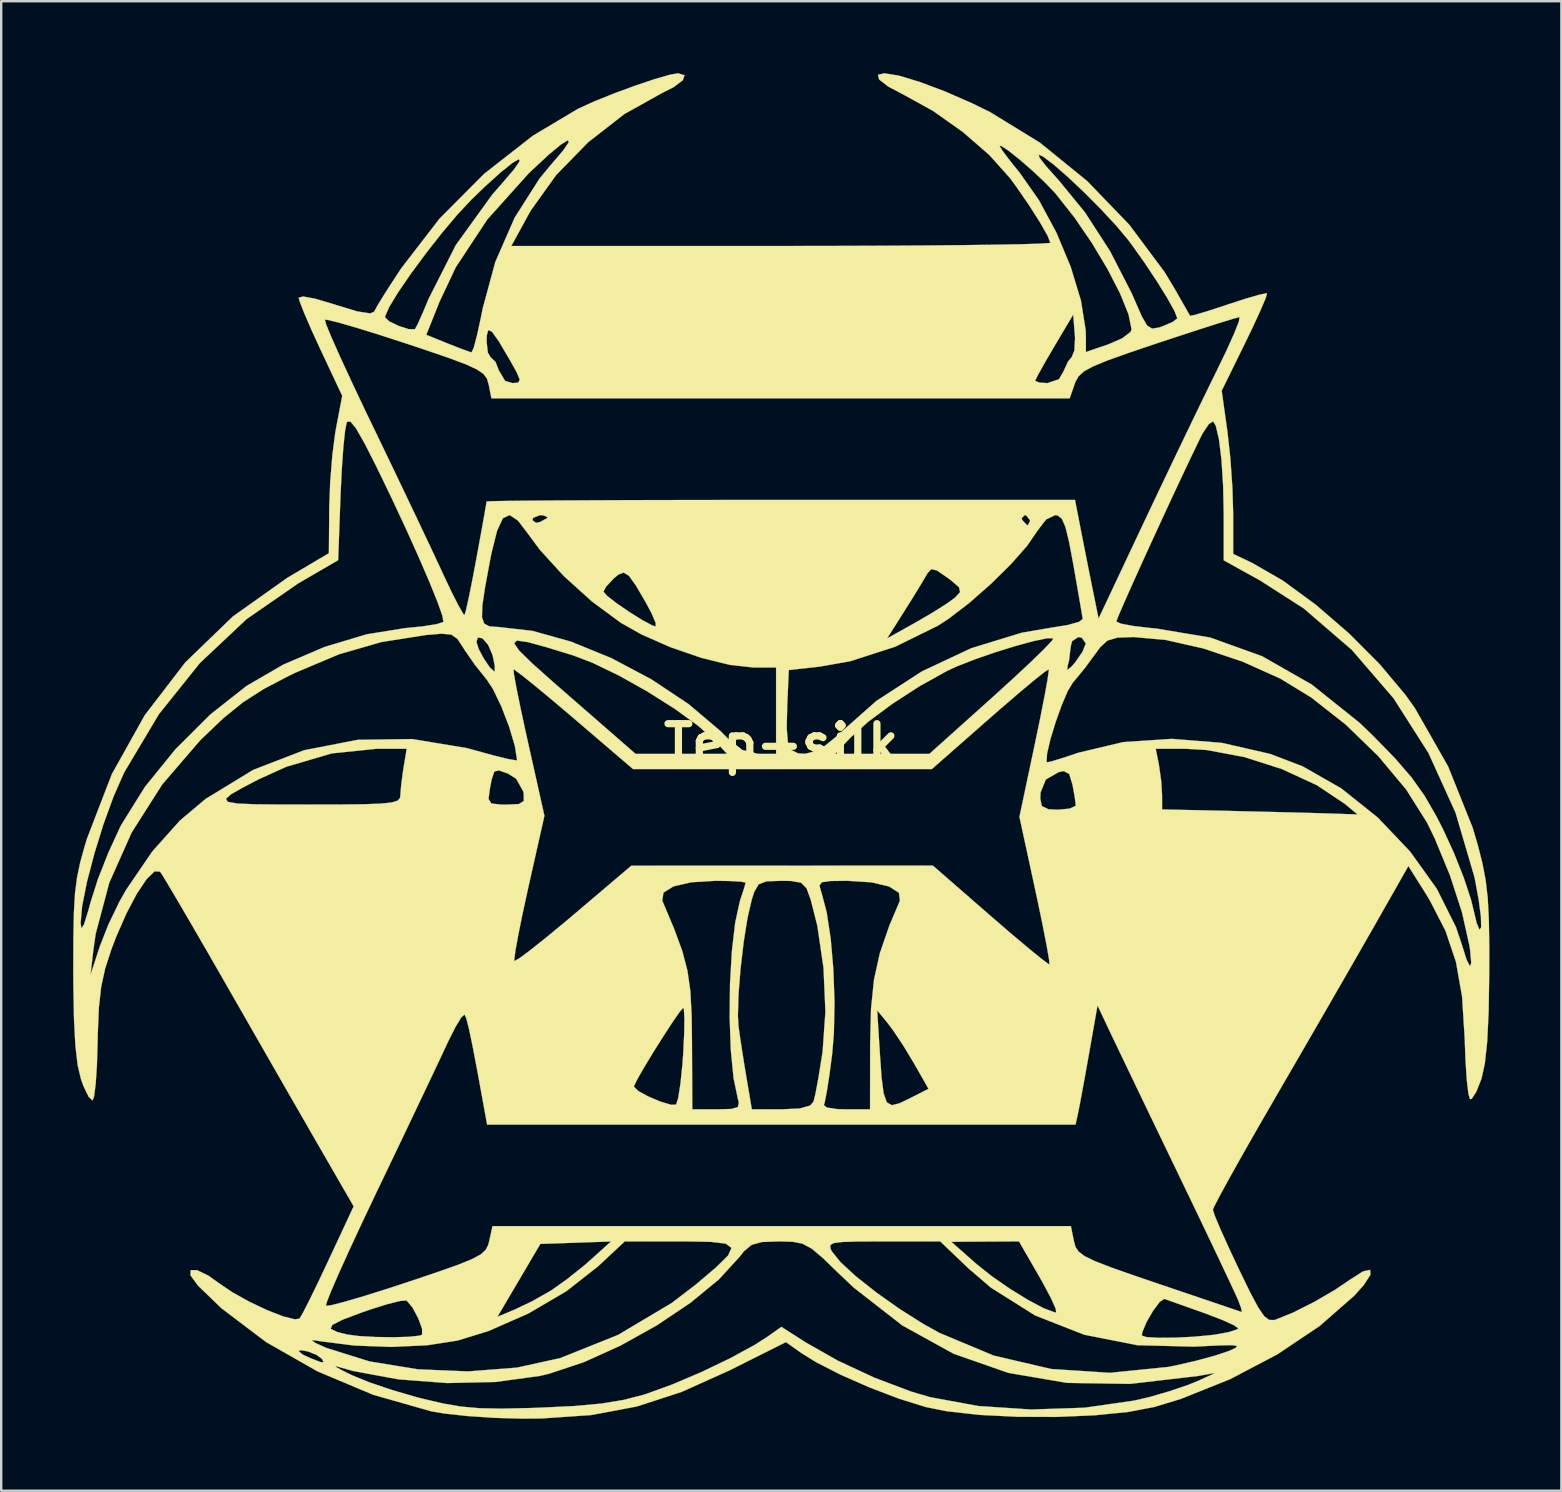
<source format=kicad_pcb>
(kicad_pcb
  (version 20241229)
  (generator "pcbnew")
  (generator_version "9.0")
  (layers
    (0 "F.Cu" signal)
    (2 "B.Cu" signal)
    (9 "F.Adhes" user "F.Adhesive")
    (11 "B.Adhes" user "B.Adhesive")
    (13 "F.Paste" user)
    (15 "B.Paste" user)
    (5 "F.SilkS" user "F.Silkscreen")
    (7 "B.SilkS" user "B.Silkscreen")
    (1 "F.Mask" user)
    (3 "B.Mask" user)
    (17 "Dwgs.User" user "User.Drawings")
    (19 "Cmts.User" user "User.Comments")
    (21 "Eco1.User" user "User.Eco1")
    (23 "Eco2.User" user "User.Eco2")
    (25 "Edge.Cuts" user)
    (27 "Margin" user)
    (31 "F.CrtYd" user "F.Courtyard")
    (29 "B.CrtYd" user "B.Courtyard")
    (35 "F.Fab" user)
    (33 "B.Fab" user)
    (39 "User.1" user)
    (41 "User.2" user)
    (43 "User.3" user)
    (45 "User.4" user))
  (footprint "Tep-silk"
    (layer "F.Cu")
    (at 29.507 27.945)
    (property "Reference" "Tep-silk" (at 0 0 0) (layer "F.SilkS") (effects (font (size 1.524 1.524) (thickness 0.3))))
    (attr through_hole)
    (fp_poly (pts (xy 4.901 -27.844) (xy 5.773 -27.581) (xy 6.818 -27.188) (xy 7.935 -26.701) (xy 8.713 -26.32) (xy 10.78 -25.052) (xy 12.744 -23.458) (xy 14.508 -21.63) (xy 15.978 -19.658) (xy 16.409 -18.944) (xy 16.738 -18.364) (xy 16.969 -17.958) (xy 17.041 -17.833) (xy 17.241 -17.871) (xy 17.742 -18.019) (xy 18.445 -18.248) (xy 18.627 -18.309) (xy 19.369 -18.55) (xy 19.937 -18.714) (xy 20.231 -18.773) (xy 20.249 -18.768) (xy 20.191 -18.562) (xy 19.978 -18.06) (xy 19.647 -17.342) (xy 19.339 -16.705) (xy 18.36 -14.711) (xy 18.599 -13.007) (xy 18.722 -11.888) (xy 18.808 -10.639) (xy 18.838 -9.606) (xy 18.838 -7.91) (xy 19.632 -7.533) (xy 20.9 -6.803) (xy 22.276 -5.796) (xy 23.656 -4.605) (xy 24.939 -3.319) (xy 26.021 -2.031) (xy 26.41 -1.485) (xy 27.797 0.948) (xy 28.821 3.507) (xy 29.038 4.242) (xy 29.229 4.993) (xy 29.362 5.692) (xy 29.448 6.438) (xy 29.495 7.332) (xy 29.512 8.475) (xy 29.511 9.525) (xy 29.486 11.153) (xy 29.427 12.404) (xy 29.328 13.324) (xy 29.189 13.957) (xy 29.184 13.97) (xy 28.973 14.504) (xy 28.783 14.797) (xy 28.71 14.817) (xy 28.64 14.575) (xy 28.574 13.999) (xy 28.52 13.176) (xy 28.487 12.277) (xy 28.379 10.546) (xy 28.124 9.095) (xy 27.686 7.796) (xy 27.03 6.521) (xy 26.818 6.175) (xy 26.14 5.1) (xy 24.671 7.683) (xy 24.122 8.643) (xy 23.415 9.874) (xy 22.605 11.278) (xy 21.748 12.761) (xy 20.898 14.227) (xy 20.597 14.745) (xy 19.875 15.995) (xy 19.23 17.126) (xy 18.691 18.088) (xy 18.287 18.827) (xy 18.047 19.292) (xy 17.992 19.428) (xy 18.078 19.689) (xy 18.314 20.247) (xy 18.662 21.02) (xy 19.07 21.888) (xy 19.538 22.852) (xy 19.877 23.488) (xy 20.127 23.856) (xy 20.333 24.014) (xy 20.537 24.023) (xy 20.605 24.005) (xy 21.321 23.717) (xy 22.205 23.272) (xy 23.083 22.762) (xy 23.685 22.355) (xy 24.252 21.992) (xy 24.548 21.929) (xy 24.561 22.13) (xy 24.282 22.563) (xy 23.885 23.007) (xy 22.44 24.271) (xy 20.681 25.45) (xy 18.718 26.482) (xy 16.661 27.307) (xy 15.557 27.643) (xy 14.447 27.854) (xy 13.042 27.993) (xy 11.464 28.059) (xy 9.836 28.053) (xy 8.278 27.975) (xy 6.914 27.824) (xy 6.032 27.648) (xy 4.913 27.299) (xy 3.687 26.831) (xy 2.489 26.305) (xy 1.457 25.778) (xy 0.838 25.394) (xy 0.2 24.94) (xy -2.175 26.129) (xy -4.152 27.018) (xy -6.016 27.624) (xy -7.917 27.981) (xy -10.006 28.124) (xy -10.795 28.13) (xy -11.938 28.098) (xy -13.083 28.021) (xy -14.072 27.912) (xy -14.581 27.825) (xy -17.003 27.136) (xy -19.326 26.159) (xy -19.68 25.957) (xy -18.584 25.957) (xy -18.32 26.107) (xy -17.884 26.323) (xy -17.175 26.612) (xy -16.226 26.934) (xy -15.212 27.23) (xy -14.927 27.304) (xy -14.082 27.501) (xy -13.337 27.628) (xy -12.572 27.696) (xy -11.666 27.713) (xy -10.496 27.689) (xy -10.061 27.674) (xy -8.625 27.605) (xy -7.503 27.503) (xy -6.586 27.354) (xy -5.765 27.144) (xy -5.609 27.095) (xy -4.512 26.696) (xy -3.301 26.179) (xy -2.116 25.609) (xy -1.1 25.055) (xy -0.576 24.72) (xy 0.011 24.305) (xy 1.017 24.95) (xy 2.362 25.714) (xy 3.897 26.428) (xy 5.421 27.003) (xy 6.203 27.234) (xy 8.216 27.604) (xy 10.417 27.75) (xy 12.641 27.675) (xy 14.723 27.377) (xy 15.371 27.225) (xy 16.198 26.984) (xy 16.971 26.721) (xy 17.382 26.554) (xy 18.098 26.224) (xy 17.357 26.354) (xy 14.537 26.682) (xy 11.915 26.64) (xy 9.47 26.224) (xy 7.187 25.426) (xy 5.045 24.243) (xy 3.027 22.67) (xy 2.395 22.073) (xy 1.742 21.44) (xy 1.278 21.048) (xy 1.005 20.9) (xy 2.044 20.9) (xy 2.055 21.042) (xy 2.113 21.16) (xy 2.478 21.614) (xy 3.126 22.208) (xy 3.973 22.877) (xy 4.933 23.556) (xy 5.918 24.179) (xy 6.594 24.556) (xy 8.863 25.504) (xy 11.254 26.061) (xy 13.703 26.221) (xy 16.148 25.973) (xy 16.405 25.922) (xy 17.283 25.721) (xy 18.092 25.501) (xy 18.66 25.31) (xy 18.672 25.305) (xy 18.949 25.176) (xy 19.003 25.099) (xy 18.785 25.068) (xy 18.248 25.078) (xy 17.343 25.123) (xy 17.205 25.13) (xy 14.847 25.07) (xy 12.8 24.666) (xy 15.028 24.666) (xy 15.22 24.731) (xy 15.721 24.76) (xy 16.416 24.755) (xy 17.193 24.717) (xy 17.937 24.647) (xy 18.068 24.63) (xy 18.645 24.526) (xy 18.998 24.413) (xy 19.05 24.364) (xy 18.866 24.234) (xy 18.381 24.015) (xy 17.697 23.752) (xy 17.621 23.725) (xy 16.884 23.463) (xy 16.295 23.254) (xy 15.977 23.141) (xy 15.97 23.139) (xy 15.778 23.264) (xy 15.502 23.633) (xy 15.231 24.099) (xy 15.054 24.52) (xy 15.028 24.666) (xy 12.8 24.666) (xy 12.628 24.632) (xy 10.581 23.828) (xy 8.739 22.668) (xy 7.826 21.885) (xy 6.646 20.76) (xy 7.091 20.76) (xy 8.149 21.693) (xy 8.782 22.197) (xy 9.529 22.714) (xy 10.285 23.18) (xy 10.943 23.53) (xy 11.398 23.7) (xy 11.462 23.707) (xy 11.438 23.539) (xy 11.237 23.094) (xy 10.897 22.456) (xy 10.766 22.225) (xy 9.912 20.743) (xy 8.501 20.751) (xy 7.091 20.76) (xy 6.646 20.76) (xy 6.629 20.743) (xy 4.26 20.743) (xy 3.235 20.747) (xy 2.568 20.766) (xy 2.193 20.812) (xy 2.044 20.9) (xy 1.005 20.9) (xy 0.894 20.84) (xy 0.482 20.758) (xy -0.068 20.743) (xy -0.106 20.743) (xy -0.803 20.769) (xy -1.234 20.887) (xy -1.555 21.159) (xy -1.73 21.382) (xy -2.597 22.329) (xy -3.779 23.301) (xy -5.178 24.24) (xy -6.694 25.085) (xy -8.229 25.779) (xy -9.682 26.262) (xy -10.054 26.349) (xy -11.899 26.602) (xy -13.922 26.647) (xy -15.959 26.492) (xy -17.844 26.144) (xy -18.521 25.952) (xy -18.584 25.957) (xy -19.68 25.957) (xy -20.797 25.321) (xy -20.108 25.321) (xy -19.938 25.46) (xy -19.632 25.605) (xy -19.204 25.771) (xy -19.07 25.784) (xy -19.131 25.651) (xy -19.14 25.637) (xy -19.369 25.469) (xy -19.73 25.327) (xy -20.033 25.275) (xy -20.108 25.321) (xy -20.797 25.321) (xy -21.463 24.941) (xy -21.565 24.864) (xy -19.575 24.864) (xy -19.402 24.982) (xy -18.944 25.186) (xy -17.153 25.746) (xy -15.142 26.074) (xy -13.05 26.162) (xy -11.014 26.004) (xy -9.207 25.607) (xy -6.798 24.641) (xy -4.559 23.309) (xy -3.556 22.541) (xy -2.711 21.824) (xy -2.211 21.329) (xy -2.071 21.014) (xy -2.307 20.838) (xy -2.933 20.762) (xy -3.964 20.744) (xy -4.218 20.743) (xy -6.517 20.743) (xy -7.651 21.8) (xy -8.958 22.823) (xy -10.529 23.745) (xy -12.204 24.482) (xy -13.484 24.875) (xy -14.746 25.072) (xy -16.24 25.142) (xy -17.796 25.084) (xy -19.244 24.899) (xy -19.367 24.875) (xy -19.575 24.864) (xy -21.565 24.864) (xy -22.197 24.386) (xy -18.775 24.386) (xy -18.499 24.521) (xy -18.098 24.622) (xy -17.596 24.689) (xy -16.909 24.727) (xy -16.17 24.738) (xy -15.512 24.719) (xy -15.069 24.671) (xy -14.966 24.632) (xy -14.967 24.381) (xy -15.125 23.947) (xy -15.159 23.885) (xy -11.825 23.885) (xy -11.072 23.57) (xy -10.378 23.237) (xy -9.652 22.827) (xy -9.552 22.764) (xy -8.921 22.316) (xy -8.216 21.753) (xy -7.938 21.51) (xy -7.091 20.747) (xy -8.564 20.798) (xy -10.037 20.849) (xy -10.931 22.367) (xy -11.825 23.885) (xy -15.159 23.885) (xy -15.363 23.502) (xy -15.604 23.215) (xy -15.617 23.206) (xy -15.881 23.225) (xy -16.437 23.366) (xy -17.183 23.602) (xy -17.471 23.702) (xy -18.283 24.008) (xy -18.71 24.225) (xy -18.775 24.386) (xy -22.197 24.386) (xy -23.332 23.526) (xy -24.305 22.586) (xy -24.617 22.16) (xy -24.613 21.942) (xy -24.349 21.94) (xy -23.883 22.164) (xy -23.476 22.452) (xy -22.885 22.856) (xy -22.165 23.258) (xy -21.419 23.611) (xy -20.751 23.871) (xy -20.262 23.992) (xy -20.072 23.96) (xy -19.932 23.72) (xy -19.783 23.429) (xy -18.975 23.429) (xy -18.747 23.402) (xy -18.189 23.258) (xy -17.368 23.017) (xy -16.355 22.698) (xy -15.585 22.446) (xy -14.365 22.036) (xy -13.488 21.726) (xy -12.894 21.486) (xy -12.522 21.286) (xy -12.314 21.096) (xy -12.208 20.886) (xy -12.168 20.73) (xy -12.031 20.108) (xy 12.076 20.108) (xy 12.201 20.734) (xy 12.265 20.969) (xy 12.393 21.165) (xy 12.642 21.354) (xy 13.07 21.563) (xy 13.736 21.822) (xy 14.699 22.161) (xy 15.741 22.516) (xy 16.865 22.897) (xy 17.839 23.227) (xy 18.596 23.484) (xy 19.071 23.645) (xy 19.204 23.69) (xy 19.174 23.536) (xy 19.063 23.23) (xy 18.922 22.914) (xy 18.623 22.274) (xy 18.195 21.368) (xy 17.663 20.252) (xy 17.056 18.984) (xy 16.527 17.886) (xy 15.857 16.496) (xy 15.221 15.174) (xy 14.651 13.987) (xy 14.178 13.001) (xy 13.834 12.282) (xy 13.682 11.963) (xy 13.185 10.909) (xy 12.831 12.916) (xy 12.666 13.843) (xy 12.517 14.656) (xy 12.407 15.234) (xy 12.373 15.399) (xy 12.269 15.875) (xy -12.257 15.875) (xy -12.4 15.081) (xy -12.544 14.29) (xy -6.138 14.29) (xy -5.962 14.471) (xy -5.538 14.704) (xy -5.026 14.919) (xy -4.584 15.05) (xy -4.38 15.042) (xy -4.292 14.77) (xy -4.199 14.18) (xy -4.116 13.376) (xy -4.084 12.942) (xy -4.042 12.097) (xy -4.032 11.439) (xy -4.055 11.061) (xy -4.08 11.007) (xy -4.227 11.173) (xy -4.526 11.604) (xy -4.916 12.202) (xy -5.334 12.867) (xy -5.718 13.501) (xy -6.006 14.004) (xy -6.136 14.276) (xy -6.138 14.29) (xy -12.544 14.29) (xy -12.662 13.646) (xy -12.864 12.588) (xy -13.015 11.869) (xy -13.124 11.448) (xy -13.195 11.288) (xy -13.332 11.406) (xy -13.584 11.825) (xy -13.9 12.456) (xy -13.929 12.518) (xy -14.197 13.094) (xy -14.615 13.978) (xy -15.147 15.098) (xy -15.758 16.381) (xy -16.415 17.756) (xy -16.816 18.592) (xy -17.435 19.895) (xy -17.981 21.07) (xy -18.431 22.063) (xy -18.76 22.822) (xy -18.945 23.294) (xy -18.975 23.429) (xy -19.783 23.429) (xy -19.655 23.177) (xy -19.282 22.412) (xy -18.874 21.547) (xy -17.817 19.282) (xy -19.198 16.89) (xy -19.718 15.986) (xy -20.396 14.808) (xy -21.177 13.448) (xy -22.007 12) (xy -22.834 10.557) (xy -23.122 10.054) (xy -23.842 8.8) (xy -24.502 7.66) (xy -25.069 6.688) (xy -25.511 5.939) (xy -25.797 5.467) (xy -25.886 5.333) (xy -26.114 5.319) (xy -26.448 5.644) (xy -26.853 6.25) (xy -27.29 7.078) (xy -27.724 8.069) (xy -27.915 8.572) (xy -28.174 9.369) (xy -28.34 10.129) (xy -28.436 10.996) (xy -28.482 12.11) (xy -28.488 12.436) (xy -28.517 13.389) (xy -28.568 14.171) (xy -28.634 14.693) (xy -28.699 14.87) (xy -28.86 14.72) (xy -29.074 14.28) (xy -29.186 13.97) (xy -29.321 13.393) (xy -29.416 12.575) (xy -29.474 11.462) (xy -29.5 9.999) (xy -29.501 9.631) (xy -28.785 9.631) (xy -28.39 8.429) (xy -28.039 7.536) (xy -27.577 6.579) (xy -27.308 6.101) (xy -26.211 4.493) (xy -25.065 3.209) (xy -23.987 2.301) (xy -23.143 2.301) (xy -23.063 2.424) (xy -22.664 2.494) (xy -21.917 2.526) (xy -20.796 2.536) (xy -19.738 2.537) (xy -18.367 2.535) (xy -17.364 2.523) (xy -16.67 2.497) (xy -16.231 2.449) (xy -15.99 2.376) (xy -15.915 2.298) (xy -12.197 2.298) (xy -12.08 2.492) (xy -11.682 2.539) (xy -11.454 2.54) (xy -10.932 2.516) (xy -10.726 2.388) (xy -10.731 2.076) (xy -10.746 1.995) (xy -11.043 1.463) (xy -11.381 1.248) (xy -11.766 1.113) (xy -11.957 1.162) (xy -12.064 1.481) (xy -12.135 1.852) (xy -12.197 2.298) (xy -15.915 2.298) (xy -15.889 2.271) (xy -15.873 2.17) (xy -15.837 1.718) (xy -15.754 1.097) (xy -15.739 1.005) (xy -15.608 0.212) (xy -16.861 0.212) (xy -18.729 0.405) (xy -20.627 0.963) (xy -21.75 1.471) (xy -22.459 1.84) (xy -22.933 2.111) (xy -23.143 2.301) (xy -23.987 2.301) (xy -23.984 2.299) (xy -22.006 1.093) (xy -19.879 0.271) (xy -17.651 -0.161) (xy -15.373 -0.193) (xy -13.093 0.185) (xy -12.724 0.286) (xy -11.947 0.5) (xy -11.353 0.644) (xy -11.035 0.696) (xy -11.007 0.687) (xy -11.1 0.09) (xy -11.34 -0.713) (xy -11.665 -1.558) (xy -12.014 -2.284) (xy -12.271 -2.671) (xy -12.762 -3.285) (xy -13.197 -3.912) (xy -13.25 -3.999) (xy -13.411 -4.244) (xy -12.7 -4.244) (xy -12.607 -3.948) (xy -12.391 -3.544) (xy -12.145 -3.183) (xy -11.963 -3.014) (xy -11.937 -3.02) (xy -11.937 -3.096) (xy -11.157 -3.096) (xy -11.135 -2.879) (xy -11.033 -2.324) (xy -10.866 -1.504) (xy -10.649 -0.495) (xy -10.542 -0.015) (xy -9.867 3.005) (xy -10.538 5.987) (xy -10.77 7.052) (xy -10.955 7.962) (xy -11.078 8.64) (xy -11.125 9.013) (xy -11.12 9.059) (xy -10.936 8.961) (xy -10.491 8.632) (xy -9.842 8.117) (xy -9.047 7.462) (xy -8.637 7.117) (xy -7.96 6.541) (xy -4.955 6.541) (xy -4.953 6.546) (xy -4.459 7.72) (xy -4.119 8.648) (xy -3.904 9.468) (xy -3.784 10.317) (xy -3.731 11.332) (xy -3.717 12.435) (xy -3.704 15.24) (xy -2.684 15.24) (xy -2.078 15.223) (xy -1.802 15.143) (xy -1.764 14.952) (xy -1.805 14.8) (xy -1.985 13.934) (xy -2.099 12.769) (xy -2.147 11.421) (xy -2.146 11.347) (xy -1.803 11.347) (xy -1.777 11.787) (xy -1.682 12.448) (xy -1.548 13.304) (xy -1.446 13.917) (xy -1.222 15.24) (xy 0.001 15.24) (xy 0.774 15.204) (xy 1.203 15.083) (xy 1.347 14.92) (xy 1.433 14.571) (xy 1.553 13.924) (xy 1.686 13.099) (xy 1.728 12.819) (xy 1.844 11.163) (xy 1.765 9.352) (xy 1.508 7.591) (xy 1.234 6.509) (xy 1.058 6.026) (xy 0.943 5.909) (xy 1.596 5.909) (xy 1.664 6.166) (xy 1.683 6.218) (xy 1.898 7.03) (xy 2.066 8.142) (xy 2.177 9.433) (xy 2.224 10.782) (xy 2.198 12.067) (xy 2.127 12.917) (xy 2.012 13.795) (xy 1.901 14.512) (xy 1.811 14.965) (xy 1.778 15.062) (xy 1.901 15.164) (xy 2.336 15.229) (xy 2.686 15.24) (xy 3.704 15.24) (xy 3.708 12.541) (xy 3.743 11.113) (xy 4.002 11.113) (xy 4.108 12.815) (xy 4.181 13.875) (xy 4.268 14.567) (xy 4.401 14.946) (xy 4.614 15.067) (xy 4.939 14.985) (xy 5.313 14.806) (xy 6.141 14.383) (xy 5.518 13.293) (xy 5.092 12.587) (xy 4.667 11.949) (xy 4.449 11.658) (xy 4.002 11.113) (xy 3.743 11.113) (xy 3.744 11.058) (xy 3.868 9.839) (xy 4.112 8.733) (xy 4.508 7.583) (xy 4.948 6.546) (xy 4.908 6.213) (xy 4.498 5.951) (xy 3.769 5.779) (xy 2.771 5.715) (xy 2.747 5.715) (xy 2.053 5.723) (xy 1.698 5.774) (xy 1.596 5.909) (xy 0.943 5.909) (xy 0.831 5.794) (xy 0.41 5.721) (xy -0.002 5.715) (xy -0.61 5.736) (xy -0.936 5.859) (xy -1.122 6.176) (xy -1.229 6.509) (xy -1.405 7.276) (xy -1.565 8.283) (xy -1.694 9.39) (xy -1.778 10.458) (xy -1.803 11.347) (xy -2.146 11.347) (xy -2.132 10.007) (xy -2.054 8.647) (xy -1.916 7.456) (xy -1.718 6.553) (xy -1.693 6.477) (xy -1.544 6.024) (xy -1.482 5.79) (xy -1.482 5.789) (xy -1.674 5.75) (xy -2.173 5.723) (xy -2.742 5.715) (xy -3.748 5.776) (xy -4.486 5.947) (xy -4.905 6.208) (xy -4.955 6.541) (xy -7.96 6.541) (xy -6.244 5.085) (xy 0.039 5.083) (xy 6.322 5.08) (xy 8.717 7.167) (xy 9.555 7.89) (xy 10.275 8.497) (xy 10.819 8.94) (xy 11.13 9.174) (xy 11.181 9.198) (xy 11.163 8.982) (xy 11.067 8.428) (xy 10.907 7.607) (xy 10.697 6.595) (xy 10.59 6.095) (xy 9.93 3.049) (xy 10.094 2.275) (xy 10.798 2.275) (xy 10.862 2.599) (xy 11.139 2.732) (xy 11.536 2.752) (xy 12.026 2.705) (xy 12.27 2.591) (xy 12.277 2.566) (xy 12.238 2.244) (xy 12.145 1.725) (xy 12.143 1.714) (xy 12.005 1.263) (xy 11.781 1.141) (xy 11.561 1.187) (xy 11.03 1.493) (xy 10.813 2.03) (xy 10.798 2.275) (xy 10.094 2.275) (xy 10.418 0.744) (xy 11.061 0.744) (xy 11.078 0.777) (xy 11.281 0.734) (xy 11.773 0.583) (xy 12.384 0.378) (xy 13.085 0.212) (xy 15.61 0.212) (xy 15.743 0.873) (xy 15.841 1.568) (xy 15.875 2.137) (xy 15.875 2.74) (xy 18.785 2.805) (xy 19.974 2.833) (xy 21.122 2.861) (xy 22.106 2.887) (xy 22.805 2.908) (xy 22.86 2.91) (xy 24.024 2.949) (xy 23.496 2.51) (xy 22.324 1.729) (xy 20.877 1.06) (xy 19.301 0.556) (xy 17.74 0.264) (xy 16.862 0.212) (xy 15.61 0.212) (xy 13.085 0.212) (xy 14.251 -0.066) (xy 16.283 -0.201) (xy 18.365 -0.035) (xy 20.378 0.426) (xy 21.731 0.942) (xy 23.344 1.863) (xy 24.863 3.076) (xy 26.215 4.498) (xy 27.326 6.049) (xy 28.125 7.647) (xy 28.361 8.351) (xy 28.57 9.012) (xy 28.708 9.274) (xy 28.76 9.137) (xy 28.712 8.595) (xy 28.685 8.414) (xy 28.377 7.034) (xy 27.874 5.486) (xy 27.234 3.938) (xy 26.914 3.281) (xy 26.054 1.917) (xy 24.893 0.526) (xy 23.538 -0.789) (xy 22.09 -1.928) (xy 20.804 -2.713) (xy 19.234 -3.419) (xy 17.6 -3.968) (xy 16.033 -4.322) (xy 14.691 -4.445) (xy 14.013 -4.42) (xy 13.597 -4.297) (xy 13.287 -4.01) (xy 13.104 -3.757) (xy 12.649 -3.141) (xy 12.182 -2.574) (xy 12.151 -2.54) (xy 11.938 -2.183) (xy 11.686 -1.591) (xy 11.434 -0.883) (xy 11.22 -0.178) (xy 11.083 0.404) (xy 11.061 0.744) (xy 10.418 0.744) (xy 10.574 0.008) (xy 10.797 -1.067) (xy 10.977 -1.984) (xy 11.101 -2.67) (xy 11.155 -3.049) (xy 11.154 -3.066) (xy 11.924 -3.066) (xy 12.115 -3.227) (xy 12.252 -3.387) (xy 12.56 -3.833) (xy 12.695 -4.175) (xy 12.695 -4.18) (xy 12.529 -4.415) (xy 12.383 -4.445) (xy 12.122 -4.27) (xy 12.065 -4.039) (xy 11.998 -3.471) (xy 11.939 -3.245) (xy 11.924 -3.066) (xy 11.154 -3.066) (xy 11.153 -3.099) (xy 10.98 -2.991) (xy 10.547 -2.647) (xy 9.911 -2.115) (xy 9.127 -1.441) (xy 8.684 -1.054) (xy 6.28 1.058) (xy -6.174 1.058) (xy -8.635 -1.049) (xy -9.487 -1.772) (xy -10.219 -2.38) (xy -10.775 -2.827) (xy -11.099 -3.068) (xy -11.157 -3.096) (xy -11.937 -3.096) (xy -11.936 -3.251) (xy -12.031 -3.701) (xy -12.214 -4.122) (xy -12.27 -4.186) (xy -11.131 -4.186) (xy -10.918 -3.878) (xy -10.379 -3.35) (xy -9.516 -2.581) (xy -8.857 -2.006) (xy -6.069 0.423) (xy -2.255 0.423) (xy -2.768 -0.128) (xy -3.463 -0.749) (xy -4.436 -1.454) (xy -5.572 -2.173) (xy -6.754 -2.836) (xy -7.866 -3.374) (xy -8.67 -3.68) (xy -9.787 -4.023) (xy -10.568 -4.236) (xy -11.015 -4.298) (xy -11.131 -4.186) (xy -12.27 -4.186) (xy -12.449 -4.39) (xy -12.64 -4.428) (xy -12.7 -4.244) (xy -13.411 -4.244) (xy -13.493 -4.368) (xy -13.75 -4.548) (xy -14.157 -4.584) (xy -14.807 -4.529) (xy -16.663 -4.236) (xy -18.424 -3.727) (xy -20.263 -2.952) (xy -20.516 -2.83) (xy -21.572 -2.276) (xy -22.431 -1.725) (xy -23.244 -1.067) (xy -24.16 -0.194) (xy -24.222 -0.131) (xy -25.793 1.695) (xy -27.066 3.694) (xy -28.003 5.795) (xy -28.57 7.927) (xy -28.663 8.572) (xy -28.785 9.631) (xy -29.501 9.631) (xy -29.502 9.419) (xy -29.498 8.06) (xy -29.487 7.488) (xy -29.198 7.488) (xy -29.159 7.701) (xy -29.052 7.523) (xy -28.873 6.942) (xy -28.783 6.61) (xy -28.481 5.661) (xy -28.049 4.561) (xy -27.574 3.524) (xy -27.497 3.374) (xy -26.517 1.801) (xy -25.243 0.229) (xy -23.79 -1.218) (xy -22.278 -2.409) (xy -20.746 -3.298) (xy -19.029 -4.032) (xy -17.284 -4.557) (xy -15.71 -4.812) (xy -14.947 -4.889) (xy -14.368 -4.98) (xy -14.085 -5.069) (xy -14.077 -5.078) (xy -14.11 -5.275) (xy -12.47 -5.275) (xy -12.377 -5.006) (xy -12.168 -4.892) (xy -11.835 -4.865) (xy -11.8 -4.865) (xy -10.362 -4.701) (xy -8.755 -4.252) (xy -7.073 -3.565) (xy -5.411 -2.683) (xy -3.865 -1.655) (xy -2.528 -0.525) (xy -2.236 -0.23) (xy -1.621 0.261) (xy -0.973 0.422) (xy -0.913 0.423) (xy -0.212 0.423) (xy -0.212 -0.665) (xy 0.231 -0.665) (xy 0.278 -0.066) (xy 0.425 0.264) (xy 0.7 0.401) (xy 1.01 0.423) (xy 2.249 0.423) (xy 6.18 0.423) (xy 8.809 -1.936) (xy 9.674 -2.722) (xy 10.408 -3.408) (xy 10.962 -3.947) (xy 11.285 -4.289) (xy 11.346 -4.388) (xy 11.088 -4.394) (xy 10.534 -4.28) (xy 9.783 -4.076) (xy 8.934 -3.813) (xy 8.086 -3.52) (xy 7.338 -3.228) (xy 6.92 -3.037) (xy 5.777 -2.401) (xy 4.639 -1.665) (xy 3.634 -0.92) (xy 2.887 -0.251) (xy 2.871 -0.234) (xy 2.249 0.423) (xy 1.01 0.423) (xy 1.619 0.251) (xy 2.288 -0.287) (xy 2.34 -0.341) (xy 3.967 -1.781) (xy 5.862 -3.011) (xy 7.917 -3.977) (xy 10.024 -4.624) (xy 11.252 -4.835) (xy 11.937 -4.944) (xy 12.411 -5.077) (xy 12.435 -5.094) (xy 13.97 -5.094) (xy 14.164 -5.002) (xy 14.68 -4.905) (xy 15.415 -4.819) (xy 15.61 -4.803) (xy 17.881 -4.424) (xy 20.045 -3.646) (xy 22.115 -2.464) (xy 24.104 -0.872) (xy 24.675 -0.324) (xy 25.589 0.615) (xy 26.271 1.405) (xy 26.815 2.17) (xy 27.313 3.034) (xy 27.579 3.554) (xy 28.039 4.553) (xy 28.449 5.585) (xy 28.747 6.488) (xy 28.833 6.835) (xy 28.986 7.472) (xy 29.105 7.755) (xy 29.174 7.654) (xy 29.164 7.214) (xy 29.071 6.503) (xy 28.917 5.666) (xy 28.889 5.538) (xy 28.105 2.872) (xy 26.974 0.382) (xy 25.523 -1.893) (xy 23.782 -3.912) (xy 21.781 -5.636) (xy 19.965 -6.801) (xy 18.445 -7.642) (xy 18.445 -9.521) (xy 18.42 -10.75) (xy 18.351 -11.83) (xy 18.246 -12.688) (xy 18.114 -13.251) (xy 18.002 -13.434) (xy 17.826 -13.324) (xy 17.566 -12.935) (xy 17.467 -12.744) (xy 17.074 -11.925) (xy 16.608 -10.939) (xy 16.102 -9.854) (xy 15.587 -8.738) (xy 15.094 -7.66) (xy 14.655 -6.688) (xy 14.3 -5.891) (xy 14.061 -5.338) (xy 13.97 -5.097) (xy 13.97 -5.094) (xy 12.435 -5.094) (xy 12.568 -5.195) (xy 12.522 -5.479) (xy 12.419 -6.079) (xy 12.277 -6.895) (xy 12.178 -7.461) (xy 11.997 -8.422) (xy 11.847 -9.035) (xy 11.699 -9.374) (xy 11.527 -9.51) (xy 11.416 -9.525) (xy 11.037 -9.342) (xy 10.683 -8.877) (xy 10.679 -8.871) (xy 10.253 -8.249) (xy 9.573 -7.48) (xy 8.737 -6.655) (xy 7.839 -5.866) (xy 6.976 -5.204) (xy 6.536 -4.919) (xy 4.748 -4.039) (xy 2.874 -3.436) (xy 1.595 -3.21) (xy 0.318 -3.069) (xy 0.254 -1.609) (xy 0.231 -0.665) (xy -0.212 -0.665) (xy -0.212 -3.175) (xy -1.153 -3.175) (xy -2.14 -3.285) (xy -3.34 -3.582) (xy -4.613 -4.021) (xy -5.442 -4.386) (xy 4.413 -4.386) (xy 5.646 -5.075) (xy 6.343 -5.482) (xy 6.931 -5.856) (xy 7.248 -6.089) (xy 7.457 -6.317) (xy 7.413 -6.519) (xy 7.074 -6.813) (xy 6.94 -6.912) (xy 6.496 -7.217) (xy 6.257 -7.275) (xy 6.097 -7.105) (xy 6.061 -7.04) (xy 5.843 -6.668) (xy 5.483 -6.08) (xy 5.136 -5.527) (xy 4.413 -4.386) (xy -5.442 -4.386) (xy -5.821 -4.553) (xy -6.684 -5.04) (xy -7.888 -5.929) (xy -8.338 -6.335) (xy -7.408 -6.335) (xy -7.245 -6.152) (xy -6.837 -5.838) (xy -6.306 -5.475) (xy -5.774 -5.144) (xy -5.362 -4.926) (xy -5.23 -4.883) (xy -5.232 -5.038) (xy -5.411 -5.455) (xy -5.635 -5.874) (xy -6.057 -6.596) (xy -6.345 -6.998) (xy -6.565 -7.131) (xy -6.787 -7.046) (xy -6.98 -6.884) (xy -7.297 -6.544) (xy -7.408 -6.335) (xy -8.338 -6.335) (xy -9.058 -6.986) (xy -10.058 -8.082) (xy -10.529 -8.719) (xy -10.969 -9.298) (xy -11.002 -9.32) (xy -10.372 -9.32) (xy -10.217 -9.204) (xy -10.054 -9.237) (xy -9.776 -9.387) (xy -9.77 -9.395) (xy 10.021 -9.395) (xy 10.054 -9.313) (xy 10.244 -9.111) (xy 10.278 -9.102) (xy 10.369 -9.265) (xy 10.372 -9.313) (xy 10.209 -9.517) (xy 10.148 -9.525) (xy 10.021 -9.395) (xy -9.77 -9.395) (xy -9.737 -9.442) (xy -9.91 -9.516) (xy -10.054 -9.525) (xy -10.336 -9.414) (xy -10.372 -9.32) (xy -11.002 -9.32) (xy -11.316 -9.53) (xy -11.597 -9.396) (xy -11.839 -8.879) (xy -12.069 -7.962) (xy -12.13 -7.655) (xy -12.338 -6.534) (xy -12.454 -5.762) (xy -12.47 -5.275) (xy -14.11 -5.275) (xy -14.12 -5.334) (xy -14.324 -5.91) (xy -14.663 -6.749) (xy -15.114 -7.793) (xy -15.649 -8.981) (xy -16.245 -10.256) (xy -16.875 -11.56) (xy -16.886 -11.582) (xy -17.374 -12.54) (xy -17.721 -13.143) (xy -17.951 -13.424) (xy -18.088 -13.418) (xy -18.109 -13.381) (xy -18.176 -13.038) (xy -18.246 -12.366) (xy -18.311 -11.461) (xy -18.362 -10.415) (xy -18.365 -10.333) (xy -18.464 -7.649) (xy -20.13 -6.68) (xy -22.278 -5.194) (xy -24.227 -3.361) (xy -25.935 -1.229) (xy -27.358 1.157) (xy -27.408 1.255) (xy -27.828 2.21) (xy -28.244 3.354) (xy -28.622 4.571) (xy -28.93 5.746) (xy -29.133 6.761) (xy -29.198 7.488) (xy -29.487 7.488) (xy -29.477 7.029) (xy -29.43 6.229) (xy -29.345 5.566) (xy -29.214 4.944) (xy -29.026 4.266) (xy -28.932 3.959) (xy -27.897 1.271) (xy -26.524 -1.187) (xy -24.835 -3.387) (xy -22.851 -5.303) (xy -20.591 -6.907) (xy -20.461 -6.985) (xy -18.85 -7.938) (xy -18.835 -9.842) (xy -18.795 -10.917) (xy -18.705 -12.033) (xy -18.582 -12.978) (xy -18.556 -13.123) (xy -18.294 -14.499) (xy -19.201 -16.429) (xy -19.585 -17.265) (xy -19.759 -17.671) (xy -19.018 -17.671) (xy -18.959 -17.46) (xy -18.738 -16.925) (xy -18.38 -16.12) (xy -17.909 -15.101) (xy -17.352 -13.922) (xy -17.045 -13.284) (xy -16.381 -11.905) (xy -15.721 -10.526) (xy -15.108 -9.239) (xy -14.584 -8.131) (xy -14.192 -7.293) (xy -14.122 -7.14) (xy -13.753 -6.357) (xy -13.448 -5.754) (xy -13.248 -5.409) (xy -13.196 -5.36) (xy -13.13 -5.586) (xy -13.008 -6.141) (xy -12.849 -6.938) (xy -12.699 -7.733) (xy -12.529 -8.663) (xy -12.392 -9.424) (xy -12.303 -9.931) (xy -12.277 -10.095) (xy -12.071 -10.107) (xy -11.48 -10.118) (xy -10.539 -10.128) (xy -9.287 -10.137) (xy -7.761 -10.145) (xy -5.997 -10.152) (xy -4.033 -10.156) (xy -1.907 -10.159) (xy -0.015 -10.16) (xy 12.247 -10.16) (xy 12.483 -8.943) (xy 12.669 -7.996) (xy 12.877 -6.954) (xy 12.974 -6.471) (xy 13.229 -5.216) (xy 15.117 -9.223) (xy 15.775 -10.612) (xy 16.459 -12.046) (xy 17.117 -13.415) (xy 17.697 -14.613) (xy 18.135 -15.505) (xy 18.558 -16.38) (xy 18.881 -17.1) (xy 19.075 -17.591) (xy 19.107 -17.78) (xy 19.105 -17.78) (xy 18.859 -17.716) (xy 18.284 -17.54) (xy 17.449 -17.273) (xy 16.427 -16.94) (xy 15.697 -16.698) (xy 14.476 -16.286) (xy 13.598 -15.972) (xy 12.999 -15.726) (xy 12.619 -15.517) (xy 12.397 -15.315) (xy 12.269 -15.091) (xy 12.237 -15.004) (xy 12.024 -14.393) (xy -12.076 -14.393) (xy -12.194 -14.986) (xy -12.262 -15.213) (xy -12.403 -15.407) (xy -12.676 -15.596) (xy -13.141 -15.811) (xy -13.858 -16.079) (xy -14.886 -16.431) (xy -15.616 -16.674) (xy -16.725 -17.034) (xy -16.75 -17.042) (xy -14.79 -17.042) (xy -13.904 -16.682) (xy -13.347 -16.463) (xy -12.972 -16.328) (xy -12.903 -16.31) (xy -12.815 -16.497) (xy -12.744 -16.764) (xy -12.277 -16.764) (xy -12.225 -16.3) (xy -12.1 -16.088) (xy -12.088 -16.087) (xy -11.902 -15.907) (xy -11.766 -15.557) (xy -11.504 -15.118) (xy -11.194 -15.028) (xy -10.955 -15.049) (xy -10.921 -15.119) (xy 10.583 -15.119) (xy 10.765 -15.05) (xy 11.098 -15.028) (xy 11.578 -15.191) (xy 11.762 -15.505) (xy 11.957 -15.931) (xy 12.108 -16.108) (xy 12.219 -16.382) (xy 12.248 -16.903) (xy 12.238 -17.059) (xy 12.171 -17.883) (xy 11.377 -16.546) (xy 10.992 -15.887) (xy 10.71 -15.381) (xy 10.585 -15.128) (xy 10.583 -15.119) (xy -10.921 -15.119) (xy -10.895 -15.173) (xy -11.026 -15.487) (xy -11.332 -16.034) (xy -11.773 -16.777) (xy -12.053 -17.17) (xy -12.208 -17.239) (xy -12.27 -17.011) (xy -12.277 -16.764) (xy -12.744 -16.764) (xy -12.679 -17.008) (xy -12.517 -17.75) (xy -12.442 -18.131) (xy -11.913 -20.081) (xy -11.105 -21.927) (xy -10.076 -23.546) (xy -9.611 -24.108) (xy -9.084 -24.726) (xy -8.85 -25.071) (xy -8.887 -25.152) (xy -9.172 -24.977) (xy -9.681 -24.555) (xy -10.393 -23.894) (xy -10.532 -23.76) (xy -12.249 -21.847) (xy -13.56 -19.86) (xy -14.241 -18.416) (xy -14.79 -17.042) (xy -16.75 -17.042) (xy -17.687 -17.333) (xy -18.435 -17.549) (xy -18.899 -17.663) (xy -19.018 -17.671) (xy -19.759 -17.671) (xy -19.802 -17.77) (xy -16.51 -17.77) (xy -16.336 -17.602) (xy -15.942 -17.412) (xy -15.521 -17.277) (xy -15.264 -17.274) (xy -15.263 -17.275) (xy -15.145 -17.494) (xy -14.923 -17.991) (xy -14.7 -18.527) (xy -13.56 -20.781) (xy -12.039 -22.887) (xy -11.647 -23.335) (xy -11.128 -23.942) (xy -10.898 -24.28) (xy -10.931 -24.363) (xy -11.201 -24.205) (xy -11.681 -23.819) (xy -12.346 -23.219) (xy -12.903 -22.683) (xy -13.483 -22.064) (xy -14.136 -21.29) (xy -14.805 -20.438) (xy -15.433 -19.587) (xy -15.964 -18.813) (xy -16.341 -18.193) (xy -16.507 -17.805) (xy -16.51 -17.77) (xy -19.802 -17.77) (xy -19.888 -17.968) (xy -20.071 -18.443) (xy -20.108 -18.586) (xy -19.924 -18.639) (xy -19.415 -18.545) (xy -18.651 -18.317) (xy -18.575 -18.292) (xy -17.67 -18.017) (xy -17.129 -17.933) (xy -16.964 -18.004) (xy -16.818 -18.276) (xy -16.492 -18.803) (xy -16.045 -19.493) (xy -15.826 -19.824) (xy -14.238 -21.883) (xy -12.379 -23.75) (xy -10.34 -25.345) (xy -8.471 -26.458) (xy -7.816 -26.758) (xy -6.99 -27.091) (xy -6.108 -27.417) (xy -5.285 -27.694) (xy -4.636 -27.881) (xy -4.302 -27.94) (xy -4.026 -27.86) (xy -4.097 -27.653) (xy -4.474 -27.368) (xy -4.956 -27.123) (xy -6.529 -26.246) (xy -8.041 -25.07) (xy -9.378 -23.699) (xy -10.424 -22.239) (xy -10.545 -22.027) (xy -11.247 -20.743) (xy -0.014 -20.743) (xy 2.122 -20.746) (xy 4.125 -20.753) (xy 5.956 -20.764) (xy 7.577 -20.779) (xy 8.948 -20.797) (xy 10.03 -20.817) (xy 10.785 -20.84) (xy 11.173 -20.865) (xy 11.218 -20.877) (xy 11.102 -21.174) (xy 10.792 -21.719) (xy 10.345 -22.421) (xy 9.818 -23.188) (xy 9.543 -23.566) (xy 8.687 -24.524) (xy 8.242 -24.912) (xy 9.102 -24.912) (xy 9.226 -24.709) (xy 9.549 -24.281) (xy 9.936 -23.801) (xy 10.741 -22.656) (xy 11.469 -21.305) (xy 12.069 -19.87) (xy 12.493 -18.473) (xy 12.691 -17.235) (xy 12.7 -16.969) (xy 12.7 -16.324) (xy 13.652 -16.649) (xy 14.212 -16.895) (xy 14.555 -17.153) (xy 14.605 -17.263) (xy 14.477 -17.893) (xy 14.127 -18.761) (xy 13.602 -19.782) (xy 12.951 -20.868) (xy 12.223 -21.933) (xy 11.466 -22.891) (xy 11.397 -22.972) (xy 10.979 -23.407) (xy 10.461 -23.892) (xy 9.929 -24.354) (xy 9.679 -24.552) (xy 10.728 -24.552) (xy 10.773 -24.415) (xy 11.055 -24.052) (xy 11.514 -23.54) (xy 11.55 -23.502) (xy 12.66 -22.147) (xy 13.71 -20.523) (xy 14.603 -18.784) (xy 14.731 -18.493) (xy 15.034 -17.801) (xy 15.252 -17.427) (xy 15.461 -17.299) (xy 15.74 -17.343) (xy 15.899 -17.397) (xy 16.327 -17.581) (xy 16.51 -17.727) (xy 16.51 -17.729) (xy 16.396 -18.027) (xy 16.091 -18.575) (xy 15.655 -19.278) (xy 15.146 -20.045) (xy 14.622 -20.782) (xy 14.467 -20.989) (xy 13.973 -21.581) (xy 13.342 -22.261) (xy 12.648 -22.96) (xy 11.963 -23.608) (xy 11.361 -24.134) (xy 10.915 -24.469) (xy 10.728 -24.552) (xy 9.679 -24.552) (xy 9.47 -24.719) (xy 9.171 -24.914) (xy 9.102 -24.912) (xy 8.242 -24.912) (xy 7.567 -25.498) (xy 6.323 -26.377) (xy 5.133 -27.034) (xy 4.46 -27.389) (xy 4.083 -27.682) (xy 4.034 -27.877) (xy 4.301 -27.94) (xy 4.901 -27.844)) (stroke (width 0.01) (type solid)) (fill yes) (layer "F.SilkS")))
  (gr_rect
    (start -3 -3)
    (end 62.024 59.08)
    (stroke (width 0.1) (type default))
    (fill no)
    (layer "Edge.Cuts")))
</source>
